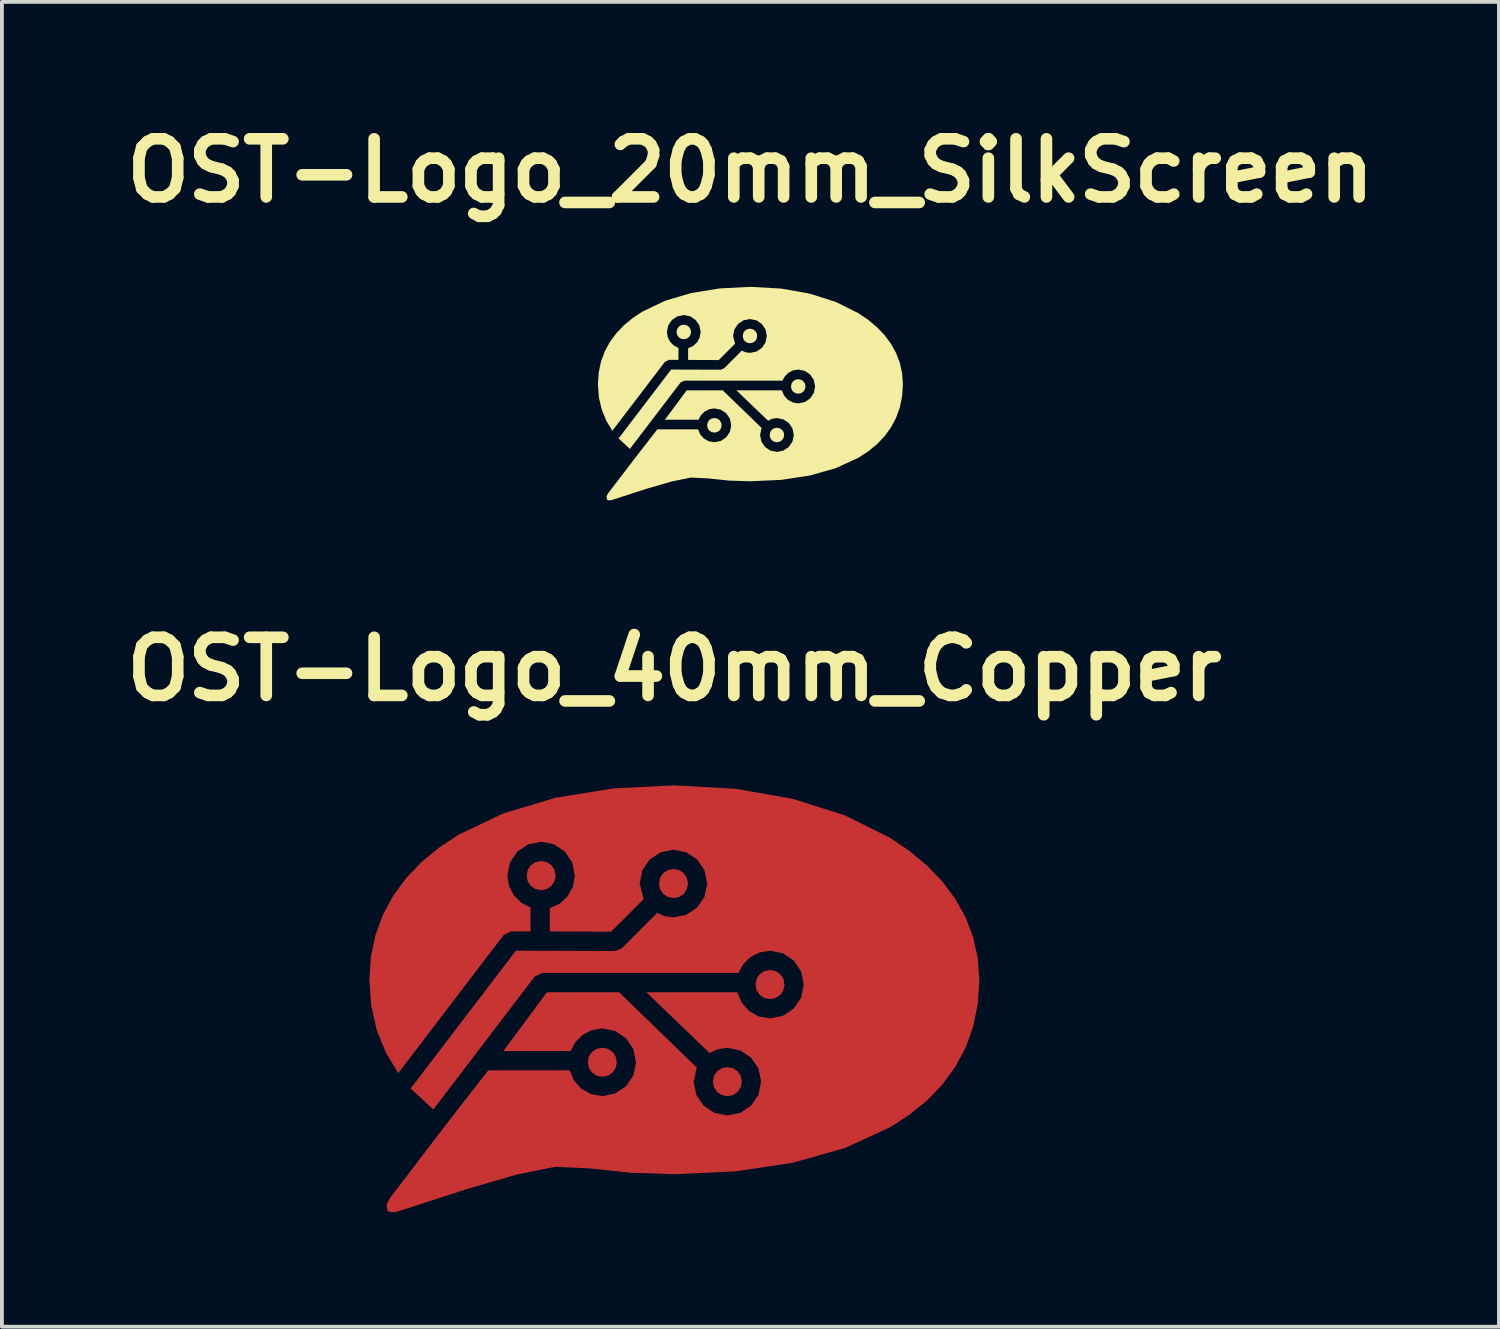
<source format=kicad_pcb>
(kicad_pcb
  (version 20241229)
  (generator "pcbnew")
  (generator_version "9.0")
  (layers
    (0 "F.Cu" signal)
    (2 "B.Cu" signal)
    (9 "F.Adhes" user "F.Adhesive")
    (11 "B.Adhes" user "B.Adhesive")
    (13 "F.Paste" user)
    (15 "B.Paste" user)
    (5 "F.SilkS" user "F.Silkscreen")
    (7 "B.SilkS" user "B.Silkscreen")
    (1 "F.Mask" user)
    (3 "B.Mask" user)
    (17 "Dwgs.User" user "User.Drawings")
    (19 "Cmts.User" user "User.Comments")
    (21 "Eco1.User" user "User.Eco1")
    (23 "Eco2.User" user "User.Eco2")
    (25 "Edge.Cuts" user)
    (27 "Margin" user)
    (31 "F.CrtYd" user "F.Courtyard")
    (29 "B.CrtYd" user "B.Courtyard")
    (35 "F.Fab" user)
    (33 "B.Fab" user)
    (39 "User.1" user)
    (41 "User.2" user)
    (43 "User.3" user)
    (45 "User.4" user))
  (footprint "OST-Logo_20mm_SilkScreen"
    (layer "F.Cu")
    (at 16.633 7.274)
    (property "Reference" "OST-Logo_20mm_SilkScreen" (at 0 -5.848 0) (layer "F.SilkS") (effects (font (size 1.524 1.524) (thickness 0.305))))
    (attr exclude_from_pos_files exclude_from_bom)
    (fp_poly (pts (xy -1.747 -1.808) (xy -1.822 -1.793) (xy -1.882 -1.752) (xy -1.923 -1.692) (xy -1.938 -1.617) (xy -1.923 -1.542) (xy -1.882 -1.481) (xy -1.822 -1.44) (xy -1.747 -1.425) (xy -1.673 -1.44) (xy -1.612 -1.481) (xy -1.572 -1.542) (xy -1.557 -1.617) (xy -1.572 -1.692) (xy -1.612 -1.752) (xy -1.673 -1.793) (xy -1.747 -1.808)) (stroke (width 0) (type solid)) (fill yes) (layer "F.SilkS"))
    (fp_poly (pts (xy -0.946 0.641) (xy -1.02 0.655) (xy -1.081 0.696) (xy -1.121 0.757) (xy -1.136 0.832) (xy -1.121 0.907) (xy -1.081 0.968) (xy -1.02 1.008) (xy -0.946 1.023) (xy -0.871 1.008) (xy -0.81 0.968) (xy -0.77 0.907) (xy -0.755 0.832) (xy -0.77 0.757) (xy -0.81 0.696) (xy -0.871 0.655) (xy -0.946 0.641)) (stroke (width 0) (type solid)) (fill yes) (layer "F.SilkS"))
    (fp_poly (pts (xy -0.012 -1.703) (xy -0.087 -1.688) (xy -0.147 -1.648) (xy -0.187 -1.587) (xy -0.202 -1.512) (xy -0.187 -1.437) (xy -0.147 -1.377) (xy -0.087 -1.336) (xy -0.012 -1.321) (xy 0.063 -1.336) (xy 0.123 -1.377) (xy 0.164 -1.437) (xy 0.178 -1.512) (xy 0.164 -1.587) (xy 0.123 -1.648) (xy 0.063 -1.688) (xy -0.012 -1.703)) (stroke (width 0) (type solid)) (fill yes) (layer "F.SilkS"))
    (fp_poly (pts (xy 0.695 0.895) (xy 0.62 0.91) (xy 0.56 0.95) (xy 0.52 1.011) (xy 0.505 1.086) (xy 0.52 1.161) (xy 0.56 1.221) (xy 0.62 1.262) (xy 0.695 1.276) (xy 0.77 1.262) (xy 0.83 1.221) (xy 0.87 1.161) (xy 0.885 1.086) (xy 0.87 1.011) (xy 0.83 0.95) (xy 0.77 0.91) (xy 0.695 0.895)) (stroke (width 0) (type solid)) (fill yes) (layer "F.SilkS"))
    (fp_poly (pts (xy 1.254 -0.378) (xy 1.18 -0.364) (xy 1.119 -0.323) (xy 1.079 -0.262) (xy 1.064 -0.188) (xy 1.079 -0.113) (xy 1.119 -0.052) (xy 1.18 -0.012) (xy 1.254 0.003) (xy 1.329 -0.012) (xy 1.389 -0.052) (xy 1.43 -0.113) (xy 1.445 -0.188) (xy 1.43 -0.262) (xy 1.389 -0.323) (xy 1.329 -0.364) (xy 1.254 -0.378)) (stroke (width 0) (type solid)) (fill yes) (layer "F.SilkS"))
    (fp_poly (pts (xy -0.000064 -2.8) (xy -0.806 -2.759) (xy -1.557 -2.637) (xy -2.237 -2.435) (xy -2.829 -2.153) (xy -3.087 -1.982) (xy -3.317 -1.793) (xy -3.517 -1.583) (xy -3.686 -1.355) (xy -3.82 -1.107) (xy -3.919 -0.84) (xy -3.979 -0.555) (xy -4 -0.25) (xy -3.975 0.095) (xy -3.901 0.414) (xy -3.783 0.707) (xy -3.621 0.974) (xy -2.24 -0.836) (xy -2.14 -0.884) (xy -1.887 -0.884) (xy -1.887 -1.197) (xy -2.008 -1.26) (xy -2.104 -1.356) (xy -2.168 -1.477) (xy -2.19 -1.617) (xy -2.155 -1.789) (xy -2.06 -1.93) (xy -1.919 -2.025) (xy -1.747 -2.061) (xy -1.576 -2.025) (xy -1.435 -1.93) (xy -1.34 -1.789) (xy -1.305 -1.617) (xy -1.33 -1.471) (xy -1.399 -1.345) (xy -1.503 -1.249) (xy -1.634 -1.189) (xy -1.634 -0.883) (xy -0.83 -0.88) (xy -0.403 -1.308) (xy -0.455 -1.512) (xy -0.42 -1.684) (xy -0.325 -1.825) (xy -0.184 -1.921) (xy -0.012 -1.956) (xy 0.16 -1.921) (xy 0.3 -1.826) (xy 0.395 -1.684) (xy 0.43 -1.512) (xy 0.395 -1.34) (xy 0.3 -1.199) (xy 0.16 -1.103) (xy -0.012 -1.068) (xy -0.125 -1.084) (xy -0.227 -1.127) (xy -0.688 -0.664) (xy -0.777 -0.627) (xy -2.079 -0.631) (xy -3.458 1.176) (xy -3.161 1.451) (xy -1.833 -0.291) (xy -1.733 -0.339) (xy 0.841 -0.339) (xy 0.905 -0.456) (xy 1 -0.549) (xy 1.118 -0.609) (xy 1.254 -0.631) (xy 1.426 -0.596) (xy 1.567 -0.501) (xy 1.662 -0.36) (xy 1.698 -0.188) (xy 1.662 -0.015) (xy 1.567 0.126) (xy 1.426 0.222) (xy 1.254 0.257) (xy 1.106 0.231) (xy 0.979 0.159) (xy 0.882 0.05) (xy 0.825 -0.086) (xy -0.368 -0.086) (xy 0.462 0.711) (xy 0.572 0.66) (xy 0.695 0.642) (xy 0.867 0.677) (xy 1.008 0.772) (xy 1.103 0.914) (xy 1.138 1.086) (xy 1.103 1.258) (xy 1.008 1.399) (xy 0.867 1.495) (xy 0.695 1.53) (xy 0.523 1.495) (xy 0.383 1.399) (xy 0.288 1.258) (xy 0.253 1.086) (xy 0.294 0.901) (xy -0.725 -0.086) (xy -1.671 -0.086) (xy -2.243 0.685) (xy -1.361 0.685) (xy -1.297 0.566) (xy -1.202 0.472) (xy -1.083 0.41) (xy -0.946 0.388) (xy -0.774 0.423) (xy -0.633 0.518) (xy -0.538 0.66) (xy -0.503 0.832) (xy -0.538 1.004) (xy -0.633 1.145) (xy -0.774 1.241) (xy -0.946 1.276) (xy -1.093 1.25) (xy -1.219 1.179) (xy -1.316 1.072) (xy -1.374 0.938) (xy -2.441 0.938) (xy -2.954 1.597) (xy -3.729 2.611) (xy -3.774 2.695) (xy -3.762 2.781) (xy -3.716 2.8) (xy -3.656 2.796) (xy -3.581 2.774) (xy -2.734 2.499) (xy -2.061 2.304) (xy -1.566 2.203) (xy -1.118 2.223) (xy -0.571 2.281) (xy -0.000044 2.3) (xy 0.806 2.263) (xy 1.557 2.149) (xy 2.236 1.957) (xy 2.828 1.685) (xy 3.087 1.518) (xy 3.317 1.33) (xy 3.517 1.121) (xy 3.686 0.89) (xy 3.82 0.638) (xy 3.919 0.365) (xy 3.979 0.068) (xy 4 -0.25) (xy 3.979 -0.537) (xy 3.919 -0.809) (xy 3.82 -1.067) (xy 3.686 -1.309) (xy 3.517 -1.535) (xy 3.317 -1.745) (xy 3.087 -1.937) (xy 2.828 -2.112) (xy 2.236 -2.406) (xy 1.557 -2.622) (xy 0.806 -2.755) (xy -0.000044 -2.8) (xy -0.000064 -2.8)) (stroke (width 0) (type solid)) (fill yes) (layer "F.SilkS")))
  (footprint "OST-Logo_40mm_Copper"
    (layer "F.Cu")
    (at 14.638 23.149)
    (property "Reference" "OST-Logo_40mm_Copper" (at 0 -8.648 0) (layer "F.SilkS") (effects (font (size 1.524 1.524) (thickness 0.305))))
    (attr exclude_from_pos_files exclude_from_bom)
    (fp_poly (pts (xy -3.495 -3.615) (xy -3.644 -3.585) (xy -3.765 -3.504) (xy -3.846 -3.383) (xy -3.875 -3.233) (xy -3.846 -3.083) (xy -3.765 -2.962) (xy -3.644 -2.88) (xy -3.495 -2.851) (xy -3.345 -2.88) (xy -3.225 -2.962) (xy -3.144 -3.083) (xy -3.114 -3.233) (xy -3.144 -3.383) (xy -3.225 -3.504) (xy -3.345 -3.585) (xy -3.495 -3.615)) (stroke (width 0) (type solid)) (fill yes) (layer "F.Cu"))
    (fp_poly (pts (xy -1.891 1.281) (xy -2.04 1.311) (xy -2.161 1.392) (xy -2.242 1.514) (xy -2.271 1.664) (xy -2.242 1.814) (xy -2.161 1.935) (xy -2.04 2.016) (xy -1.891 2.046) (xy -1.741 2.016) (xy -1.62 1.935) (xy -1.539 1.814) (xy -1.509 1.664) (xy -1.539 1.514) (xy -1.62 1.392) (xy -1.741 1.311) (xy -1.891 1.281)) (stroke (width 0) (type solid)) (fill yes) (layer "F.Cu"))
    (fp_poly (pts (xy -0.024 -3.406) (xy -0.173 -3.377) (xy -0.294 -3.295) (xy -0.375 -3.174) (xy -0.404 -3.024) (xy -0.375 -2.875) (xy -0.294 -2.754) (xy -0.173 -2.672) (xy -0.024 -2.643) (xy 0.126 -2.672) (xy 0.246 -2.754) (xy 0.327 -2.875) (xy 0.357 -3.024) (xy 0.327 -3.174) (xy 0.246 -3.295) (xy 0.126 -3.377) (xy -0.024 -3.406)) (stroke (width 0) (type solid)) (fill yes) (layer "F.Cu"))
    (fp_poly (pts (xy 1.39 1.79) (xy 1.24 1.82) (xy 1.12 1.901) (xy 1.039 2.022) (xy 1.01 2.172) (xy 1.039 2.321) (xy 1.12 2.442) (xy 1.24 2.523) (xy 1.39 2.553) (xy 1.539 2.523) (xy 1.66 2.442) (xy 1.741 2.321) (xy 1.77 2.172) (xy 1.741 2.022) (xy 1.66 1.901) (xy 1.539 1.82) (xy 1.39 1.79)) (stroke (width 0) (type solid)) (fill yes) (layer "F.Cu"))
    (fp_poly (pts (xy 2.509 -0.757) (xy 2.359 -0.727) (xy 2.239 -0.646) (xy 2.158 -0.525) (xy 2.128 -0.375) (xy 2.158 -0.225) (xy 2.239 -0.104) (xy 2.359 -0.023) (xy 2.509 0.006) (xy 2.658 -0.023) (xy 2.779 -0.104) (xy 2.86 -0.225) (xy 2.889 -0.375) (xy 2.86 -0.525) (xy 2.779 -0.646) (xy 2.658 -0.727) (xy 2.509 -0.757)) (stroke (width 0) (type solid)) (fill yes) (layer "F.Cu"))
    (fp_poly (pts (xy -0.000128 -5.6) (xy -1.612 -5.518) (xy -3.114 -5.274) (xy -4.473 -4.869) (xy -5.657 -4.306) (xy -6.173 -3.965) (xy -6.634 -3.585) (xy -7.035 -3.167) (xy -7.371 -2.709) (xy -7.64 -2.214) (xy -7.837 -1.68) (xy -7.959 -1.109) (xy -8 -0.5) (xy -7.95 0.19) (xy -7.803 0.827) (xy -7.565 1.413) (xy -7.242 1.949) (xy -4.479 -1.672) (xy -4.28 -1.768) (xy -3.773 -1.768) (xy -3.773 -2.394) (xy -4.016 -2.521) (xy -4.209 -2.712) (xy -4.335 -2.955) (xy -4.381 -3.233) (xy -4.311 -3.578) (xy -4.12 -3.86) (xy -3.838 -4.051) (xy -3.495 -4.121) (xy -3.151 -4.051) (xy -2.87 -3.86) (xy -2.68 -3.578) (xy -2.61 -3.233) (xy -2.66 -2.942) (xy -2.798 -2.691) (xy -3.006 -2.497) (xy -3.268 -2.378) (xy -3.268 -1.767) (xy -1.659 -1.761) (xy -0.805 -2.616) (xy -0.91 -3.024) (xy -0.84 -3.369) (xy -0.649 -3.651) (xy -0.367 -3.842) (xy -0.024 -3.912) (xy 0.319 -3.842) (xy 0.601 -3.651) (xy 0.791 -3.369) (xy 0.861 -3.024) (xy 0.791 -2.68) (xy 0.601 -2.397) (xy 0.319 -2.206) (xy -0.024 -2.136) (xy -0.25 -2.167) (xy -0.454 -2.254) (xy -1.376 -1.327) (xy -1.555 -1.254) (xy -4.158 -1.262) (xy -6.917 2.352) (xy -6.321 2.902) (xy -3.665 -0.583) (xy -3.465 -0.679) (xy 1.681 -0.679) (xy 1.81 -0.913) (xy 1.999 -1.097) (xy 2.237 -1.219) (xy 2.509 -1.262) (xy 2.852 -1.192) (xy 3.134 -1.002) (xy 3.325 -0.719) (xy 3.395 -0.375) (xy 3.325 -0.031) (xy 3.134 0.252) (xy 2.852 0.444) (xy 2.509 0.514) (xy 2.212 0.462) (xy 1.958 0.317) (xy 1.764 0.1) (xy 1.649 -0.173) (xy -0.735 -0.173) (xy 0.924 1.421) (xy 1.143 1.321) (xy 1.39 1.284) (xy 1.733 1.354) (xy 2.015 1.545) (xy 2.206 1.827) (xy 2.276 2.172) (xy 2.206 2.516) (xy 2.015 2.799) (xy 1.733 2.99) (xy 1.39 3.06) (xy 1.047 2.99) (xy 0.765 2.799) (xy 0.575 2.516) (xy 0.505 2.172) (xy 0.588 1.803) (xy -1.45 -0.173) (xy -3.342 -0.173) (xy -4.487 1.37) (xy -2.722 1.37) (xy -2.594 1.132) (xy -2.404 0.944) (xy -2.165 0.82) (xy -1.891 0.775) (xy -1.548 0.846) (xy -1.266 1.037) (xy -1.075 1.32) (xy -1.005 1.664) (xy -1.075 2.008) (xy -1.266 2.291) (xy -1.548 2.482) (xy -1.891 2.552) (xy -2.186 2.5) (xy -2.438 2.359) (xy -2.631 2.144) (xy -2.747 1.876) (xy -4.881 1.876) (xy -5.909 3.194) (xy -7.457 5.223) (xy -7.548 5.39) (xy -7.524 5.561) (xy -7.432 5.6) (xy -7.312 5.591) (xy -7.163 5.549) (xy -5.468 4.997) (xy -4.123 4.607) (xy -3.133 4.407) (xy -2.235 4.447) (xy -1.143 4.562) (xy -0.000088 4.6) (xy 1.612 4.525) (xy 3.114 4.298) (xy 4.473 3.914) (xy 5.657 3.369) (xy 6.173 3.035) (xy 6.634 2.66) (xy 7.034 2.242) (xy 7.371 1.781) (xy 7.64 1.277) (xy 7.837 0.729) (xy 7.959 0.137) (xy 8 -0.5) (xy 7.959 -1.073) (xy 7.837 -1.618) (xy 7.64 -2.133) (xy 7.371 -2.618) (xy 7.034 -3.07) (xy 6.634 -3.489) (xy 6.173 -3.875) (xy 5.657 -4.224) (xy 4.473 -4.812) (xy 3.114 -5.243) (xy 1.612 -5.509) (xy -0.000088 -5.6) (xy -0.000128 -5.6)) (stroke (width 0) (type solid)) (fill yes) (layer "F.Cu")))
  (gr_rect
    (start -3 -3)
    (end 36.267 31.749)
    (stroke (width 0.1) (type default))
    (fill no)
    (layer "Edge.Cuts")))
</source>
